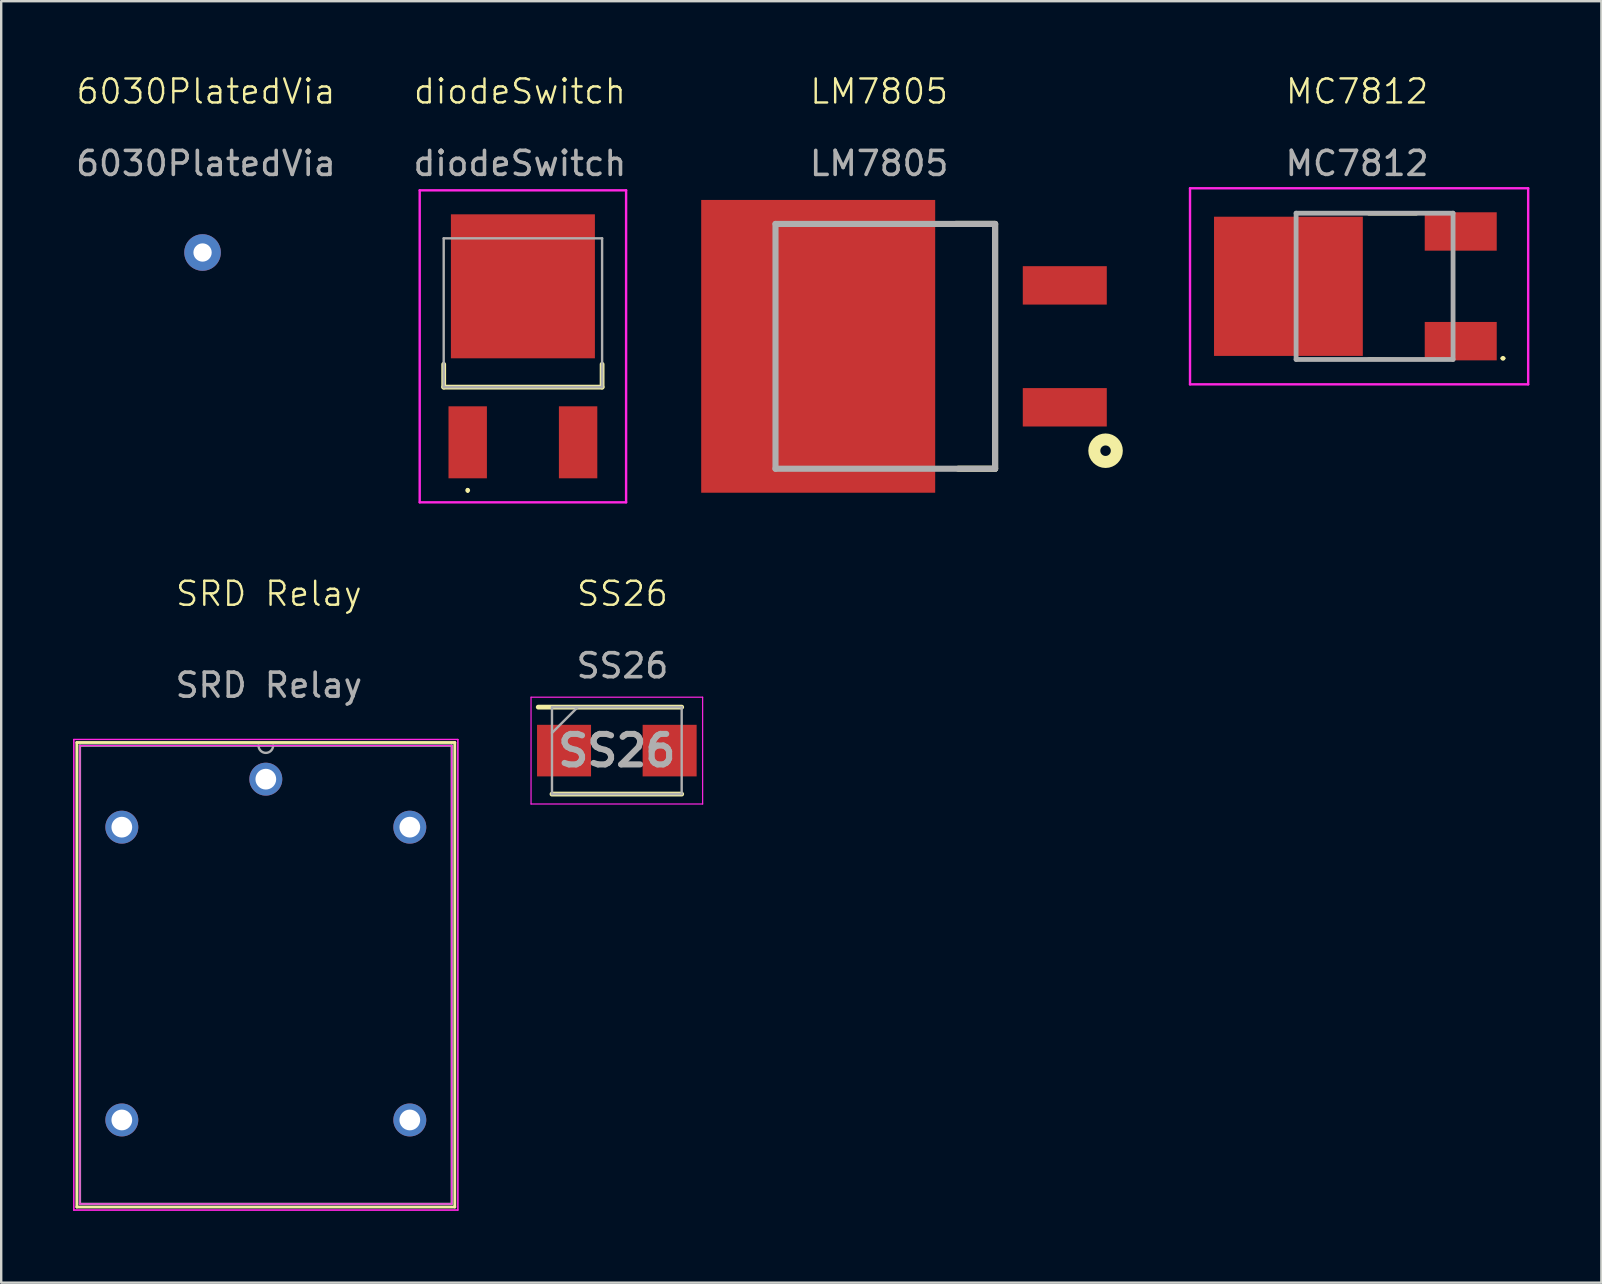
<source format=kicad_pcb>
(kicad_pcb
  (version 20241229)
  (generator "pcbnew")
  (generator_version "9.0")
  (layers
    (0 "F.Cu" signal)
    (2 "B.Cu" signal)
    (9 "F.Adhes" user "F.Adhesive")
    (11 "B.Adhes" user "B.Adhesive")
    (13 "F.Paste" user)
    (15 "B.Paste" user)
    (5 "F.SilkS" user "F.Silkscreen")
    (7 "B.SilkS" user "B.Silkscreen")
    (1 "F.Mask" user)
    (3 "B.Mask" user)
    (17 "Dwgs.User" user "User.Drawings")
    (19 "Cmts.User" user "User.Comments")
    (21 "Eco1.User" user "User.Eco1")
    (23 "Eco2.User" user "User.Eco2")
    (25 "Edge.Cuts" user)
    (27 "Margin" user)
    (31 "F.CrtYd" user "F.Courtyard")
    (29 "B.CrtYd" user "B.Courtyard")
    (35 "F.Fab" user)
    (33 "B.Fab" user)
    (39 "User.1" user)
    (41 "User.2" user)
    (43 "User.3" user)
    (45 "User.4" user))
  (footprint "LM7805"
    (layer "F.Cu")
    (at 34.217 4.396)
    (property "Reference" "LM7805" (at -0.635 -3.635 0) (unlocked yes) (layer "F.SilkS") (effects (font (size 1 1) (thickness 0.1))))
    (attr through_hole)
    (fp_line (start 4.196 1.885) (end 2.552 1.885) (stroke (width 0.254) (type solid)) (layer "F.SilkS"))
    (fp_line (start 4.196 1.885) (end 4.196 12.085) (stroke (width 0.254) (type solid)) (layer "F.SilkS"))
    (fp_line (start 4.196 12.085) (end 2.661 12.085) (stroke (width 0.254) (type solid)) (layer "F.SilkS"))
    (fp_circle (center 8.799 11.334) (end 8.799 11.553) (stroke (width 0.5) (type solid)) (fill no) (layer "F.SilkS"))
    (fp_line (start -4.954 1.885) (end 4.196 1.885) (stroke (width 0.254) (type solid)) (layer "F.Fab"))
    (fp_line (start -4.954 12.085) (end -4.954 1.885) (stroke (width 0.254) (type solid)) (layer "F.Fab"))
    (fp_line (start 4.196 1.885) (end 4.196 12.085) (stroke (width 0.254) (type solid)) (layer "F.Fab"))
    (fp_line (start 4.196 12.085) (end -4.954 12.085) (stroke (width 0.254) (type solid)) (layer "F.Fab"))
    (fp_text user "${REFERENCE}" (at -0.635 -0.635 0) (unlocked yes) (layer "F.Fab") (effects (font (size 1 1) (thickness 0.15))))
    (pad "1" smd rect (at 7.1 9.525 90) (size 1.6 3.5) (layers "F.Cu" "F.Mask" "F.Paste"))
    (pad "3" smd rect (at 7.1 4.445 90) (size 1.6 3.5) (layers "F.Cu" "F.Mask" "F.Paste"))
    (pad "4" smd rect (at -3.175 6.985) (size 9.75 12.2) (layers "F.Cu" "F.Mask" "F.Paste")))
  (footprint "diodeSwitch"
    (layer "F.Cu")
    (at 18.613 1.26)
    (property "Reference" "diodeSwitch" (at 0 -0.5 0) (unlocked yes) (layer "F.SilkS") (effects (font (size 1 1) (thickness 0.1))))
    (attr through_hole)
    (fp_line (start -3.175 10.87) (end -3.175 11.82) (stroke (width 0.2) (type solid)) (layer "F.SilkS"))
    (fp_line (start -3.175 11.82) (end 3.425 11.82) (stroke (width 0.2) (type solid)) (layer "F.SilkS"))
    (fp_line (start -2.175 16.07) (end -2.175 16.07) (stroke (width 0.1) (type solid)) (layer "F.SilkS"))
    (fp_line (start -2.175 16.17) (end -2.175 16.17) (stroke (width 0.1) (type solid)) (layer "F.SilkS"))
    (fp_line (start 3.425 11.82) (end 3.425 10.87) (stroke (width 0.2) (type solid)) (layer "F.SilkS"))
    (fp_arc (start -2.175 16.07) (mid -2.125 16.12) (end -2.175 16.17) (stroke (width 0.1) (type solid)) (layer "F.SilkS"))
    (fp_arc (start -2.175 16.17) (mid -2.225 16.12) (end -2.175 16.07) (stroke (width 0.1) (type solid)) (layer "F.SilkS"))
    (fp_line (start -4.175 3.62) (end 4.425 3.62) (stroke (width 0.1) (type solid)) (layer "F.CrtYd"))
    (fp_line (start -4.175 16.62) (end -4.175 3.62) (stroke (width 0.1) (type solid)) (layer "F.CrtYd"))
    (fp_line (start 4.425 3.62) (end 4.425 16.62) (stroke (width 0.1) (type solid)) (layer "F.CrtYd"))
    (fp_line (start 4.425 16.62) (end -4.175 16.62) (stroke (width 0.1) (type solid)) (layer "F.CrtYd"))
    (fp_line (start -3.175 5.62) (end 3.425 5.62) (stroke (width 0.1) (type solid)) (layer "F.Fab"))
    (fp_line (start -3.175 11.82) (end -3.175 5.62) (stroke (width 0.1) (type solid)) (layer "F.Fab"))
    (fp_line (start 3.425 5.62) (end 3.425 11.82) (stroke (width 0.1) (type solid)) (layer "F.Fab"))
    (fp_line (start 3.425 11.82) (end -3.175 11.82) (stroke (width 0.1) (type solid)) (layer "F.Fab"))
    (fp_text user "${REFERENCE}" (at 0 2.5 0) (unlocked yes) (layer "F.Fab") (effects (font (size 1 1) (thickness 0.15))))
    (pad "1" smd rect (at -2.175 14.12) (size 1.6 3) (layers "F.Cu" "F.Mask" "F.Paste"))
    (pad "2" smd rect (at 0.125 7.62) (size 6 6) (layers "F.Cu" "F.Mask" "F.Paste"))
    (pad "3" smd rect (at 2.425 14.12) (size 1.6 3) (layers "F.Cu" "F.Mask" "F.Paste")))
  (footprint "SS26"
    (layer "F.Cu")
    (at 22.887 22.191)
    (property "Reference" "SS26" (at 0 -0.5 0) (unlocked yes) (layer "F.SilkS") (effects (font (size 1 1) (thickness 0.1))))
    (attr through_hole)
    (fp_line (start -2.937 7.847) (end 2.467 7.847) (stroke (width 0.2) (type solid)) (layer "F.SilkS"))
    (fp_line (start 2.467 4.223) (end -3.51 4.223) (stroke (width 0.2) (type solid)) (layer "F.SilkS"))
    (fp_line (start -3.81 3.81) (end 3.34 3.81) (stroke (width 0.05) (type solid)) (layer "F.CrtYd"))
    (fp_line (start -3.81 8.26) (end -3.81 3.81) (stroke (width 0.05) (type solid)) (layer "F.CrtYd"))
    (fp_line (start 3.34 3.81) (end 3.34 8.26) (stroke (width 0.05) (type solid)) (layer "F.CrtYd"))
    (fp_line (start 3.34 8.26) (end -3.81 8.26) (stroke (width 0.05) (type solid)) (layer "F.CrtYd"))
    (fp_line (start -2.937 4.223) (end 2.467 4.223) (stroke (width 0.1) (type solid)) (layer "F.Fab"))
    (fp_line (start -2.937 5.297) (end -1.863 4.223) (stroke (width 0.1) (type solid)) (layer "F.Fab"))
    (fp_line (start -2.937 7.847) (end -2.937 4.223) (stroke (width 0.1) (type solid)) (layer "F.Fab"))
    (fp_line (start 2.467 4.223) (end 2.467 7.847) (stroke (width 0.1) (type solid)) (layer "F.Fab"))
    (fp_line (start 2.467 7.847) (end -2.937 7.847) (stroke (width 0.1) (type solid)) (layer "F.Fab"))
    (fp_text user "${REFERENCE}" (at -0.235 6.035 0) (layer "F.Fab") (effects (font (size 1.27 1.27) (thickness 0.254))))
    (fp_text user "${REFERENCE}" (at 0 2.5 0) (unlocked yes) (layer "F.Fab") (effects (font (size 1 1) (thickness 0.15))))
    (pad "1" smd rect (at -2.435 6.035 90) (size 2.15 2.25) (layers "F.Cu" "F.Mask" "F.Paste"))
    (pad "2" smd rect (at 1.965 6.035 90) (size 2.15 2.25) (layers "F.Cu" "F.Mask" "F.Paste")))
  (footprint "MC7812"
    (layer "F.Cu")
    (at 53.495 1.26)
    (property "Reference" "MC7812" (at 0 -0.5 0) (unlocked yes) (layer "F.SilkS") (effects (font (size 1 1) (thickness 0.1))))
    (attr through_hole)
    (fp_line (start 0.48 4.62) (end 2.48 4.62) (stroke (width 0.1) (type solid)) (layer "F.SilkS"))
    (fp_line (start 0.48 10.62) (end 2.48 10.667) (stroke (width 0.1) (type solid)) (layer "F.SilkS"))
    (fp_line (start 4 6.62) (end 3.98 8.62) (stroke (width 0.1) (type solid)) (layer "F.SilkS"))
    (fp_line (start 6.03 10.62) (end 6.03 10.62) (stroke (width 0.1) (type solid)) (layer "F.SilkS"))
    (fp_line (start 6.13 10.62) (end 6.13 10.62) (stroke (width 0.1) (type solid)) (layer "F.SilkS"))
    (fp_arc (start 6.03 10.62) (mid 6.08 10.57) (end 6.13 10.62) (stroke (width 0.1) (type solid)) (layer "F.SilkS"))
    (fp_arc (start 6.13 10.62) (mid 6.08 10.67) (end 6.03 10.62) (stroke (width 0.1) (type solid)) (layer "F.SilkS"))
    (fp_line (start -6.96 3.535) (end 7.13 3.535) (stroke (width 0.1) (type solid)) (layer "F.CrtYd"))
    (fp_line (start -6.96 11.705) (end -6.96 3.535) (stroke (width 0.1) (type solid)) (layer "F.CrtYd"))
    (fp_line (start 7.13 3.535) (end 7.13 11.705) (stroke (width 0.1) (type solid)) (layer "F.CrtYd"))
    (fp_line (start 7.13 11.705) (end -6.96 11.705) (stroke (width 0.1) (type solid)) (layer "F.CrtYd"))
    (fp_line (start -2.54 4.573) (end 4 4.573) (stroke (width 0.2) (type solid)) (layer "F.Fab"))
    (fp_line (start -2.54 10.667) (end -2.54 4.573) (stroke (width 0.2) (type solid)) (layer "F.Fab"))
    (fp_line (start 4 4.573) (end 4 10.667) (stroke (width 0.2) (type solid)) (layer "F.Fab"))
    (fp_line (start 4 10.667) (end -2.54 10.667) (stroke (width 0.2) (type solid)) (layer "F.Fab"))
    (fp_text user "${REFERENCE}" (at 0 2.5 0) (unlocked yes) (layer "F.Fab") (effects (font (size 1 1) (thickness 0.15))))
    (pad "1" smd rect (at 4.32 9.905 90) (size 1.6 3) (layers "F.Cu" "F.Mask" "F.Paste"))
    (pad "2" smd rect (at -2.86 7.62 90) (size 5.8 6.2) (layers "F.Cu" "F.Mask" "F.Paste"))
    (pad "3" smd rect (at 4.32 5.335 90) (size 1.6 3) (layers "F.Cu" "F.Mask" "F.Paste")))
  (footprint "SRD Relay"
    (layer "F.Cu")
    (at 6.248 26.136)
    (property "Reference" "SRD Relay" (at 1.905 -4.445 0) (unlocked yes) (layer "F.SilkS") (effects (font (size 1 1) (thickness 0.1))))
    (attr through_hole)
    (fp_line (start -6.096 1.753) (end -6.096 21.107) (stroke (width 0.12) (type solid)) (layer "F.SilkS"))
    (fp_line (start -6.096 21.107) (end 9.652 21.107) (stroke (width 0.12) (type solid)) (layer "F.SilkS"))
    (fp_line (start 9.652 1.753) (end -6.096 1.753) (stroke (width 0.12) (type solid)) (layer "F.SilkS"))
    (fp_line (start 9.652 21.107) (end 9.652 1.753) (stroke (width 0.12) (type solid)) (layer "F.SilkS"))
    (fp_line (start -6.223 1.626) (end 9.779 1.626) (stroke (width 0.05) (type solid)) (layer "F.CrtYd"))
    (fp_line (start -6.223 1.626) (end 9.779 1.626) (stroke (width 0.05) (type solid)) (layer "F.CrtYd"))
    (fp_line (start -6.223 21.234) (end -6.223 1.626) (stroke (width 0.05) (type solid)) (layer "F.CrtYd"))
    (fp_line (start -6.223 21.234) (end -6.223 1.626) (stroke (width 0.05) (type solid)) (layer "F.CrtYd"))
    (fp_line (start -5.969 1.88) (end 9.525 1.88) (stroke (width 0.05) (type solid)) (layer "F.CrtYd"))
    (fp_line (start -5.969 20.98) (end -5.969 1.88) (stroke (width 0.05) (type solid)) (layer "F.CrtYd"))
    (fp_line (start 9.525 1.88) (end 9.525 20.98) (stroke (width 0.05) (type solid)) (layer "F.CrtYd"))
    (fp_line (start 9.525 20.98) (end -5.969 20.98) (stroke (width 0.05) (type solid)) (layer "F.CrtYd"))
    (fp_line (start 9.779 1.626) (end 9.779 21.234) (stroke (width 0.05) (type solid)) (layer "F.CrtYd"))
    (fp_line (start 9.779 1.626) (end 9.779 21.234) (stroke (width 0.05) (type solid)) (layer "F.CrtYd"))
    (fp_line (start 9.779 21.234) (end -6.223 21.234) (stroke (width 0.05) (type solid)) (layer "F.CrtYd"))
    (fp_line (start 9.779 21.234) (end -6.223 21.234) (stroke (width 0.05) (type solid)) (layer "F.CrtYd"))
    (fp_line (start -5.969 1.88) (end -5.969 20.98) (stroke (width 0.1) (type solid)) (layer "F.Fab"))
    (fp_line (start -5.969 20.98) (end 9.525 20.98) (stroke (width 0.1) (type solid)) (layer "F.Fab"))
    (fp_line (start 9.525 1.88) (end -5.969 1.88) (stroke (width 0.1) (type solid)) (layer "F.Fab"))
    (fp_line (start 9.525 20.98) (end 9.525 1.88) (stroke (width 0.1) (type solid)) (layer "F.Fab"))
    (fp_arc (start 2.0828 1.8796) (mid 1.778 2.1844) (end 1.4732 1.8796) (stroke (width 0.1) (type solid)) (layer "F.Fab"))
    (fp_text user "${REFERENCE}" (at 1.905 -0.635 0) (unlocked yes) (layer "F.Fab") (effects (font (size 1 1) (thickness 0.15))))
    (pad "1" thru_hole circle (at -4.222 5.28) (size 1.372 1.372) (drill 0.864) (layers "*.Cu" "*.Mask"))
    (pad "2" thru_hole circle (at -4.222 17.48) (size 1.372 1.372) (drill 0.864) (layers "*.Cu" "*.Mask"))
    (pad "3" thru_hole circle (at 7.778 17.48) (size 1.372 1.372) (drill 0.864) (layers "*.Cu" "*.Mask"))
    (pad "4" thru_hole circle (at 7.778 5.28) (size 1.372 1.372) (drill 0.864) (layers "*.Cu" "*.Mask"))
    (pad "5" thru_hole circle (at 1.778 3.28) (size 1.372 1.372) (drill 0.864) (layers "*.Cu" "*.Mask")))
  (footprint "6030PlatedVia"
    (layer "F.Cu")
    (at 5.69 4.641)
    (property "Reference" "6030PlatedVia" (at -0.16 -3.88 0) (unlocked yes) (layer "F.SilkS") (effects (font (size 1 1) (thickness 0.1))))
    (attr smd)
    (fp_text user "${REFERENCE}" (at -0.16 -0.88 0) (unlocked yes) (layer "F.Fab") (effects (font (size 1 1) (thickness 0.15))))
    (pad "1" thru_hole circle (at -0.3 2.83) (size 1.524 1.524) (drill 0.762) (layers "*.Cu" "*.Mask")))
  (gr_rect
    (start -3 -3)
    (end 63.675 50.395)
    (stroke (width 0.1) (type default))
    (fill no)
    (layer "Edge.Cuts")))
</source>
